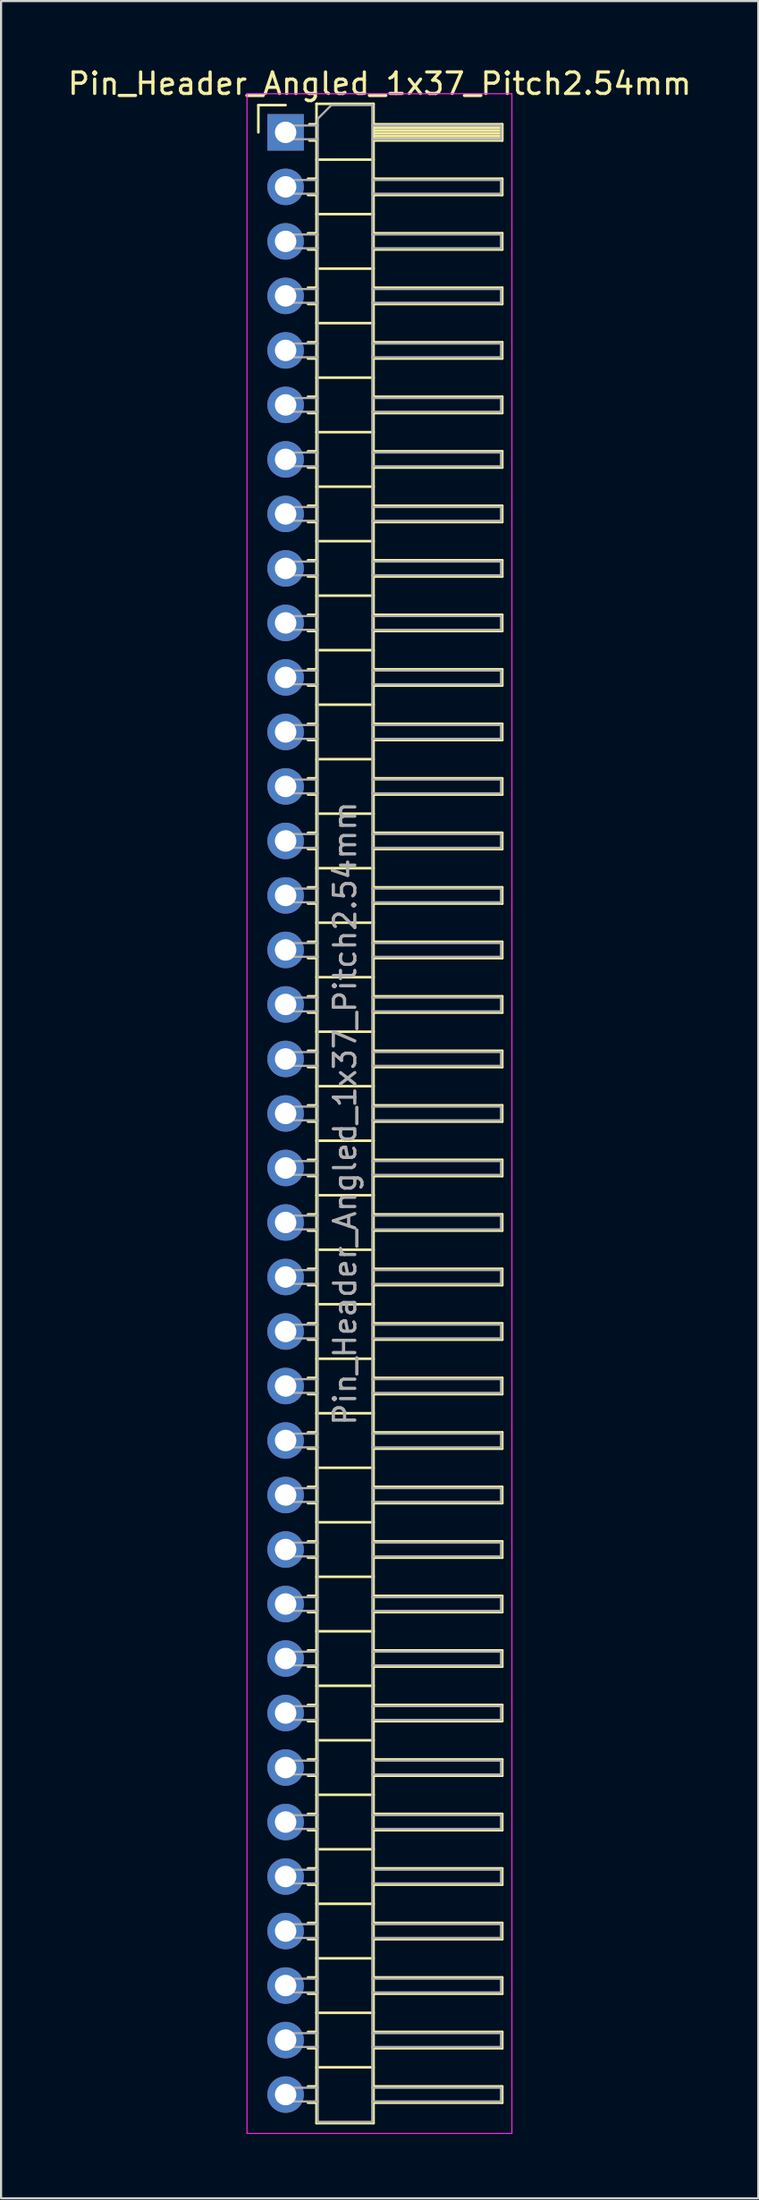
<source format=kicad_pcb>
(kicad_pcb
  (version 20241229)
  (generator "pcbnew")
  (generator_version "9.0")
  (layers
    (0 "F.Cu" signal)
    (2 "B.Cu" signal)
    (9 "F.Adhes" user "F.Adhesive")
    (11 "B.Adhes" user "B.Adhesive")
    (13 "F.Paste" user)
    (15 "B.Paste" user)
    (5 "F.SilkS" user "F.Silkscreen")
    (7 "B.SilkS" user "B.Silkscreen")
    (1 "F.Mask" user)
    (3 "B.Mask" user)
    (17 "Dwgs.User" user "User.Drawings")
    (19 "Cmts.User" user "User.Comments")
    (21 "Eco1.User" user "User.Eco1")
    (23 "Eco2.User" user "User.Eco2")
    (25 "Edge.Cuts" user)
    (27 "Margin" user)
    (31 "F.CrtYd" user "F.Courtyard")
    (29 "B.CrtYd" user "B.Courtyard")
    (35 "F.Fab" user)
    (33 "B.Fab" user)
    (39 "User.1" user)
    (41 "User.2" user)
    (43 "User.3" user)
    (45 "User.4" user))
  (footprint "Pin_Header_Angled_1x37_Pitch2.54mm"
    (layer "F.Cu")
    (at 10.264 3.118)
    (property "Reference" "Pin_Header_Angled_1x37_Pitch2.54mm" (at 4.385 -2.27 0) (layer "F.SilkS") (effects (font (size 1 1) (thickness 0.15))))
    (attr through_hole)
    (fp_line (start -1.27 -1.27) (end 0 -1.27) (stroke (width 0.12) (type solid)) (layer "F.SilkS"))
    (fp_line (start -1.27 0) (end -1.27 -1.27) (stroke (width 0.12) (type solid)) (layer "F.SilkS"))
    (fp_line (start 1.043 2.16) (end 1.44 2.16) (stroke (width 0.12) (type solid)) (layer "F.SilkS"))
    (fp_line (start 1.043 2.92) (end 1.44 2.92) (stroke (width 0.12) (type solid)) (layer "F.SilkS"))
    (fp_line (start 1.043 4.7) (end 1.44 4.7) (stroke (width 0.12) (type solid)) (layer "F.SilkS"))
    (fp_line (start 1.043 5.46) (end 1.44 5.46) (stroke (width 0.12) (type solid)) (layer "F.SilkS"))
    (fp_line (start 1.043 7.24) (end 1.44 7.24) (stroke (width 0.12) (type solid)) (layer "F.SilkS"))
    (fp_line (start 1.043 8) (end 1.44 8) (stroke (width 0.12) (type solid)) (layer "F.SilkS"))
    (fp_line (start 1.043 9.78) (end 1.44 9.78) (stroke (width 0.12) (type solid)) (layer "F.SilkS"))
    (fp_line (start 1.043 10.54) (end 1.44 10.54) (stroke (width 0.12) (type solid)) (layer "F.SilkS"))
    (fp_line (start 1.043 12.32) (end 1.44 12.32) (stroke (width 0.12) (type solid)) (layer "F.SilkS"))
    (fp_line (start 1.043 13.08) (end 1.44 13.08) (stroke (width 0.12) (type solid)) (layer "F.SilkS"))
    (fp_line (start 1.043 14.86) (end 1.44 14.86) (stroke (width 0.12) (type solid)) (layer "F.SilkS"))
    (fp_line (start 1.043 15.62) (end 1.44 15.62) (stroke (width 0.12) (type solid)) (layer "F.SilkS"))
    (fp_line (start 1.043 17.4) (end 1.44 17.4) (stroke (width 0.12) (type solid)) (layer "F.SilkS"))
    (fp_line (start 1.043 18.16) (end 1.44 18.16) (stroke (width 0.12) (type solid)) (layer "F.SilkS"))
    (fp_line (start 1.043 19.94) (end 1.44 19.94) (stroke (width 0.12) (type solid)) (layer "F.SilkS"))
    (fp_line (start 1.043 20.7) (end 1.44 20.7) (stroke (width 0.12) (type solid)) (layer "F.SilkS"))
    (fp_line (start 1.043 22.48) (end 1.44 22.48) (stroke (width 0.12) (type solid)) (layer "F.SilkS"))
    (fp_line (start 1.043 23.24) (end 1.44 23.24) (stroke (width 0.12) (type solid)) (layer "F.SilkS"))
    (fp_line (start 1.043 25.02) (end 1.44 25.02) (stroke (width 0.12) (type solid)) (layer "F.SilkS"))
    (fp_line (start 1.043 25.78) (end 1.44 25.78) (stroke (width 0.12) (type solid)) (layer "F.SilkS"))
    (fp_line (start 1.043 27.56) (end 1.44 27.56) (stroke (width 0.12) (type solid)) (layer "F.SilkS"))
    (fp_line (start 1.043 28.32) (end 1.44 28.32) (stroke (width 0.12) (type solid)) (layer "F.SilkS"))
    (fp_line (start 1.043 30.1) (end 1.44 30.1) (stroke (width 0.12) (type solid)) (layer "F.SilkS"))
    (fp_line (start 1.043 30.86) (end 1.44 30.86) (stroke (width 0.12) (type solid)) (layer "F.SilkS"))
    (fp_line (start 1.043 32.64) (end 1.44 32.64) (stroke (width 0.12) (type solid)) (layer "F.SilkS"))
    (fp_line (start 1.043 33.4) (end 1.44 33.4) (stroke (width 0.12) (type solid)) (layer "F.SilkS"))
    (fp_line (start 1.043 35.18) (end 1.44 35.18) (stroke (width 0.12) (type solid)) (layer "F.SilkS"))
    (fp_line (start 1.043 35.94) (end 1.44 35.94) (stroke (width 0.12) (type solid)) (layer "F.SilkS"))
    (fp_line (start 1.043 37.72) (end 1.44 37.72) (stroke (width 0.12) (type solid)) (layer "F.SilkS"))
    (fp_line (start 1.043 38.48) (end 1.44 38.48) (stroke (width 0.12) (type solid)) (layer "F.SilkS"))
    (fp_line (start 1.043 40.26) (end 1.44 40.26) (stroke (width 0.12) (type solid)) (layer "F.SilkS"))
    (fp_line (start 1.043 41.02) (end 1.44 41.02) (stroke (width 0.12) (type solid)) (layer "F.SilkS"))
    (fp_line (start 1.043 42.8) (end 1.44 42.8) (stroke (width 0.12) (type solid)) (layer "F.SilkS"))
    (fp_line (start 1.043 43.56) (end 1.44 43.56) (stroke (width 0.12) (type solid)) (layer "F.SilkS"))
    (fp_line (start 1.043 45.34) (end 1.44 45.34) (stroke (width 0.12) (type solid)) (layer "F.SilkS"))
    (fp_line (start 1.043 46.1) (end 1.44 46.1) (stroke (width 0.12) (type solid)) (layer "F.SilkS"))
    (fp_line (start 1.043 47.88) (end 1.44 47.88) (stroke (width 0.12) (type solid)) (layer "F.SilkS"))
    (fp_line (start 1.043 48.64) (end 1.44 48.64) (stroke (width 0.12) (type solid)) (layer "F.SilkS"))
    (fp_line (start 1.043 50.42) (end 1.44 50.42) (stroke (width 0.12) (type solid)) (layer "F.SilkS"))
    (fp_line (start 1.043 51.18) (end 1.44 51.18) (stroke (width 0.12) (type solid)) (layer "F.SilkS"))
    (fp_line (start 1.043 52.96) (end 1.44 52.96) (stroke (width 0.12) (type solid)) (layer "F.SilkS"))
    (fp_line (start 1.043 53.72) (end 1.44 53.72) (stroke (width 0.12) (type solid)) (layer "F.SilkS"))
    (fp_line (start 1.043 55.5) (end 1.44 55.5) (stroke (width 0.12) (type solid)) (layer "F.SilkS"))
    (fp_line (start 1.043 56.26) (end 1.44 56.26) (stroke (width 0.12) (type solid)) (layer "F.SilkS"))
    (fp_line (start 1.043 58.04) (end 1.44 58.04) (stroke (width 0.12) (type solid)) (layer "F.SilkS"))
    (fp_line (start 1.043 58.8) (end 1.44 58.8) (stroke (width 0.12) (type solid)) (layer "F.SilkS"))
    (fp_line (start 1.043 60.58) (end 1.44 60.58) (stroke (width 0.12) (type solid)) (layer "F.SilkS"))
    (fp_line (start 1.043 61.34) (end 1.44 61.34) (stroke (width 0.12) (type solid)) (layer "F.SilkS"))
    (fp_line (start 1.043 63.12) (end 1.44 63.12) (stroke (width 0.12) (type solid)) (layer "F.SilkS"))
    (fp_line (start 1.043 63.88) (end 1.44 63.88) (stroke (width 0.12) (type solid)) (layer "F.SilkS"))
    (fp_line (start 1.043 65.66) (end 1.44 65.66) (stroke (width 0.12) (type solid)) (layer "F.SilkS"))
    (fp_line (start 1.043 66.42) (end 1.44 66.42) (stroke (width 0.12) (type solid)) (layer "F.SilkS"))
    (fp_line (start 1.043 68.2) (end 1.44 68.2) (stroke (width 0.12) (type solid)) (layer "F.SilkS"))
    (fp_line (start 1.043 68.96) (end 1.44 68.96) (stroke (width 0.12) (type solid)) (layer "F.SilkS"))
    (fp_line (start 1.043 70.74) (end 1.44 70.74) (stroke (width 0.12) (type solid)) (layer "F.SilkS"))
    (fp_line (start 1.043 71.5) (end 1.44 71.5) (stroke (width 0.12) (type solid)) (layer "F.SilkS"))
    (fp_line (start 1.043 73.28) (end 1.44 73.28) (stroke (width 0.12) (type solid)) (layer "F.SilkS"))
    (fp_line (start 1.043 74.04) (end 1.44 74.04) (stroke (width 0.12) (type solid)) (layer "F.SilkS"))
    (fp_line (start 1.043 75.82) (end 1.44 75.82) (stroke (width 0.12) (type solid)) (layer "F.SilkS"))
    (fp_line (start 1.043 76.58) (end 1.44 76.58) (stroke (width 0.12) (type solid)) (layer "F.SilkS"))
    (fp_line (start 1.043 78.36) (end 1.44 78.36) (stroke (width 0.12) (type solid)) (layer "F.SilkS"))
    (fp_line (start 1.043 79.12) (end 1.44 79.12) (stroke (width 0.12) (type solid)) (layer "F.SilkS"))
    (fp_line (start 1.043 80.9) (end 1.44 80.9) (stroke (width 0.12) (type solid)) (layer "F.SilkS"))
    (fp_line (start 1.043 81.66) (end 1.44 81.66) (stroke (width 0.12) (type solid)) (layer "F.SilkS"))
    (fp_line (start 1.043 83.44) (end 1.44 83.44) (stroke (width 0.12) (type solid)) (layer "F.SilkS"))
    (fp_line (start 1.043 84.2) (end 1.44 84.2) (stroke (width 0.12) (type solid)) (layer "F.SilkS"))
    (fp_line (start 1.043 85.98) (end 1.44 85.98) (stroke (width 0.12) (type solid)) (layer "F.SilkS"))
    (fp_line (start 1.043 86.74) (end 1.44 86.74) (stroke (width 0.12) (type solid)) (layer "F.SilkS"))
    (fp_line (start 1.043 88.52) (end 1.44 88.52) (stroke (width 0.12) (type solid)) (layer "F.SilkS"))
    (fp_line (start 1.043 89.28) (end 1.44 89.28) (stroke (width 0.12) (type solid)) (layer "F.SilkS"))
    (fp_line (start 1.043 91.06) (end 1.44 91.06) (stroke (width 0.12) (type solid)) (layer "F.SilkS"))
    (fp_line (start 1.043 91.82) (end 1.44 91.82) (stroke (width 0.12) (type solid)) (layer "F.SilkS"))
    (fp_line (start 1.11 -0.38) (end 1.44 -0.38) (stroke (width 0.12) (type solid)) (layer "F.SilkS"))
    (fp_line (start 1.11 0.38) (end 1.44 0.38) (stroke (width 0.12) (type solid)) (layer "F.SilkS"))
    (fp_line (start 1.44 -1.33) (end 1.44 92.77) (stroke (width 0.12) (type solid)) (layer "F.SilkS"))
    (fp_line (start 1.44 1.27) (end 4.1 1.27) (stroke (width 0.12) (type solid)) (layer "F.SilkS"))
    (fp_line (start 1.44 3.81) (end 4.1 3.81) (stroke (width 0.12) (type solid)) (layer "F.SilkS"))
    (fp_line (start 1.44 6.35) (end 4.1 6.35) (stroke (width 0.12) (type solid)) (layer "F.SilkS"))
    (fp_line (start 1.44 8.89) (end 4.1 8.89) (stroke (width 0.12) (type solid)) (layer "F.SilkS"))
    (fp_line (start 1.44 11.43) (end 4.1 11.43) (stroke (width 0.12) (type solid)) (layer "F.SilkS"))
    (fp_line (start 1.44 13.97) (end 4.1 13.97) (stroke (width 0.12) (type solid)) (layer "F.SilkS"))
    (fp_line (start 1.44 16.51) (end 4.1 16.51) (stroke (width 0.12) (type solid)) (layer "F.SilkS"))
    (fp_line (start 1.44 19.05) (end 4.1 19.05) (stroke (width 0.12) (type solid)) (layer "F.SilkS"))
    (fp_line (start 1.44 21.59) (end 4.1 21.59) (stroke (width 0.12) (type solid)) (layer "F.SilkS"))
    (fp_line (start 1.44 24.13) (end 4.1 24.13) (stroke (width 0.12) (type solid)) (layer "F.SilkS"))
    (fp_line (start 1.44 26.67) (end 4.1 26.67) (stroke (width 0.12) (type solid)) (layer "F.SilkS"))
    (fp_line (start 1.44 29.21) (end 4.1 29.21) (stroke (width 0.12) (type solid)) (layer "F.SilkS"))
    (fp_line (start 1.44 31.75) (end 4.1 31.75) (stroke (width 0.12) (type solid)) (layer "F.SilkS"))
    (fp_line (start 1.44 34.29) (end 4.1 34.29) (stroke (width 0.12) (type solid)) (layer "F.SilkS"))
    (fp_line (start 1.44 36.83) (end 4.1 36.83) (stroke (width 0.12) (type solid)) (layer "F.SilkS"))
    (fp_line (start 1.44 39.37) (end 4.1 39.37) (stroke (width 0.12) (type solid)) (layer "F.SilkS"))
    (fp_line (start 1.44 41.91) (end 4.1 41.91) (stroke (width 0.12) (type solid)) (layer "F.SilkS"))
    (fp_line (start 1.44 44.45) (end 4.1 44.45) (stroke (width 0.12) (type solid)) (layer "F.SilkS"))
    (fp_line (start 1.44 46.99) (end 4.1 46.99) (stroke (width 0.12) (type solid)) (layer "F.SilkS"))
    (fp_line (start 1.44 49.53) (end 4.1 49.53) (stroke (width 0.12) (type solid)) (layer "F.SilkS"))
    (fp_line (start 1.44 52.07) (end 4.1 52.07) (stroke (width 0.12) (type solid)) (layer "F.SilkS"))
    (fp_line (start 1.44 54.61) (end 4.1 54.61) (stroke (width 0.12) (type solid)) (layer "F.SilkS"))
    (fp_line (start 1.44 57.15) (end 4.1 57.15) (stroke (width 0.12) (type solid)) (layer "F.SilkS"))
    (fp_line (start 1.44 59.69) (end 4.1 59.69) (stroke (width 0.12) (type solid)) (layer "F.SilkS"))
    (fp_line (start 1.44 62.23) (end 4.1 62.23) (stroke (width 0.12) (type solid)) (layer "F.SilkS"))
    (fp_line (start 1.44 64.77) (end 4.1 64.77) (stroke (width 0.12) (type solid)) (layer "F.SilkS"))
    (fp_line (start 1.44 67.31) (end 4.1 67.31) (stroke (width 0.12) (type solid)) (layer "F.SilkS"))
    (fp_line (start 1.44 69.85) (end 4.1 69.85) (stroke (width 0.12) (type solid)) (layer "F.SilkS"))
    (fp_line (start 1.44 72.39) (end 4.1 72.39) (stroke (width 0.12) (type solid)) (layer "F.SilkS"))
    (fp_line (start 1.44 74.93) (end 4.1 74.93) (stroke (width 0.12) (type solid)) (layer "F.SilkS"))
    (fp_line (start 1.44 77.47) (end 4.1 77.47) (stroke (width 0.12) (type solid)) (layer "F.SilkS"))
    (fp_line (start 1.44 80.01) (end 4.1 80.01) (stroke (width 0.12) (type solid)) (layer "F.SilkS"))
    (fp_line (start 1.44 82.55) (end 4.1 82.55) (stroke (width 0.12) (type solid)) (layer "F.SilkS"))
    (fp_line (start 1.44 85.09) (end 4.1 85.09) (stroke (width 0.12) (type solid)) (layer "F.SilkS"))
    (fp_line (start 1.44 87.63) (end 4.1 87.63) (stroke (width 0.12) (type solid)) (layer "F.SilkS"))
    (fp_line (start 1.44 90.17) (end 4.1 90.17) (stroke (width 0.12) (type solid)) (layer "F.SilkS"))
    (fp_line (start 1.44 92.77) (end 4.1 92.77) (stroke (width 0.12) (type solid)) (layer "F.SilkS"))
    (fp_line (start 4.1 -1.33) (end 1.44 -1.33) (stroke (width 0.12) (type solid)) (layer "F.SilkS"))
    (fp_line (start 4.1 -0.38) (end 10.1 -0.38) (stroke (width 0.12) (type solid)) (layer "F.SilkS"))
    (fp_line (start 4.1 -0.32) (end 10.1 -0.32) (stroke (width 0.12) (type solid)) (layer "F.SilkS"))
    (fp_line (start 4.1 -0.2) (end 10.1 -0.2) (stroke (width 0.12) (type solid)) (layer "F.SilkS"))
    (fp_line (start 4.1 -0.08) (end 10.1 -0.08) (stroke (width 0.12) (type solid)) (layer "F.SilkS"))
    (fp_line (start 4.1 0.04) (end 10.1 0.04) (stroke (width 0.12) (type solid)) (layer "F.SilkS"))
    (fp_line (start 4.1 0.16) (end 10.1 0.16) (stroke (width 0.12) (type solid)) (layer "F.SilkS"))
    (fp_line (start 4.1 0.28) (end 10.1 0.28) (stroke (width 0.12) (type solid)) (layer "F.SilkS"))
    (fp_line (start 4.1 2.16) (end 10.1 2.16) (stroke (width 0.12) (type solid)) (layer "F.SilkS"))
    (fp_line (start 4.1 4.7) (end 10.1 4.7) (stroke (width 0.12) (type solid)) (layer "F.SilkS"))
    (fp_line (start 4.1 7.24) (end 10.1 7.24) (stroke (width 0.12) (type solid)) (layer "F.SilkS"))
    (fp_line (start 4.1 9.78) (end 10.1 9.78) (stroke (width 0.12) (type solid)) (layer "F.SilkS"))
    (fp_line (start 4.1 12.32) (end 10.1 12.32) (stroke (width 0.12) (type solid)) (layer "F.SilkS"))
    (fp_line (start 4.1 14.86) (end 10.1 14.86) (stroke (width 0.12) (type solid)) (layer "F.SilkS"))
    (fp_line (start 4.1 17.4) (end 10.1 17.4) (stroke (width 0.12) (type solid)) (layer "F.SilkS"))
    (fp_line (start 4.1 19.94) (end 10.1 19.94) (stroke (width 0.12) (type solid)) (layer "F.SilkS"))
    (fp_line (start 4.1 22.48) (end 10.1 22.48) (stroke (width 0.12) (type solid)) (layer "F.SilkS"))
    (fp_line (start 4.1 25.02) (end 10.1 25.02) (stroke (width 0.12) (type solid)) (layer "F.SilkS"))
    (fp_line (start 4.1 27.56) (end 10.1 27.56) (stroke (width 0.12) (type solid)) (layer "F.SilkS"))
    (fp_line (start 4.1 30.1) (end 10.1 30.1) (stroke (width 0.12) (type solid)) (layer "F.SilkS"))
    (fp_line (start 4.1 32.64) (end 10.1 32.64) (stroke (width 0.12) (type solid)) (layer "F.SilkS"))
    (fp_line (start 4.1 35.18) (end 10.1 35.18) (stroke (width 0.12) (type solid)) (layer "F.SilkS"))
    (fp_line (start 4.1 37.72) (end 10.1 37.72) (stroke (width 0.12) (type solid)) (layer "F.SilkS"))
    (fp_line (start 4.1 40.26) (end 10.1 40.26) (stroke (width 0.12) (type solid)) (layer "F.SilkS"))
    (fp_line (start 4.1 42.8) (end 10.1 42.8) (stroke (width 0.12) (type solid)) (layer "F.SilkS"))
    (fp_line (start 4.1 45.34) (end 10.1 45.34) (stroke (width 0.12) (type solid)) (layer "F.SilkS"))
    (fp_line (start 4.1 47.88) (end 10.1 47.88) (stroke (width 0.12) (type solid)) (layer "F.SilkS"))
    (fp_line (start 4.1 50.42) (end 10.1 50.42) (stroke (width 0.12) (type solid)) (layer "F.SilkS"))
    (fp_line (start 4.1 52.96) (end 10.1 52.96) (stroke (width 0.12) (type solid)) (layer "F.SilkS"))
    (fp_line (start 4.1 55.5) (end 10.1 55.5) (stroke (width 0.12) (type solid)) (layer "F.SilkS"))
    (fp_line (start 4.1 58.04) (end 10.1 58.04) (stroke (width 0.12) (type solid)) (layer "F.SilkS"))
    (fp_line (start 4.1 60.58) (end 10.1 60.58) (stroke (width 0.12) (type solid)) (layer "F.SilkS"))
    (fp_line (start 4.1 63.12) (end 10.1 63.12) (stroke (width 0.12) (type solid)) (layer "F.SilkS"))
    (fp_line (start 4.1 65.66) (end 10.1 65.66) (stroke (width 0.12) (type solid)) (layer "F.SilkS"))
    (fp_line (start 4.1 68.2) (end 10.1 68.2) (stroke (width 0.12) (type solid)) (layer "F.SilkS"))
    (fp_line (start 4.1 70.74) (end 10.1 70.74) (stroke (width 0.12) (type solid)) (layer "F.SilkS"))
    (fp_line (start 4.1 73.28) (end 10.1 73.28) (stroke (width 0.12) (type solid)) (layer "F.SilkS"))
    (fp_line (start 4.1 75.82) (end 10.1 75.82) (stroke (width 0.12) (type solid)) (layer "F.SilkS"))
    (fp_line (start 4.1 78.36) (end 10.1 78.36) (stroke (width 0.12) (type solid)) (layer "F.SilkS"))
    (fp_line (start 4.1 80.9) (end 10.1 80.9) (stroke (width 0.12) (type solid)) (layer "F.SilkS"))
    (fp_line (start 4.1 83.44) (end 10.1 83.44) (stroke (width 0.12) (type solid)) (layer "F.SilkS"))
    (fp_line (start 4.1 85.98) (end 10.1 85.98) (stroke (width 0.12) (type solid)) (layer "F.SilkS"))
    (fp_line (start 4.1 88.52) (end 10.1 88.52) (stroke (width 0.12) (type solid)) (layer "F.SilkS"))
    (fp_line (start 4.1 91.06) (end 10.1 91.06) (stroke (width 0.12) (type solid)) (layer "F.SilkS"))
    (fp_line (start 4.1 92.77) (end 4.1 -1.33) (stroke (width 0.12) (type solid)) (layer "F.SilkS"))
    (fp_line (start 10.1 -0.38) (end 10.1 0.38) (stroke (width 0.12) (type solid)) (layer "F.SilkS"))
    (fp_line (start 10.1 0.38) (end 4.1 0.38) (stroke (width 0.12) (type solid)) (layer "F.SilkS"))
    (fp_line (start 10.1 2.16) (end 10.1 2.92) (stroke (width 0.12) (type solid)) (layer "F.SilkS"))
    (fp_line (start 10.1 2.92) (end 4.1 2.92) (stroke (width 0.12) (type solid)) (layer "F.SilkS"))
    (fp_line (start 10.1 4.7) (end 10.1 5.46) (stroke (width 0.12) (type solid)) (layer "F.SilkS"))
    (fp_line (start 10.1 5.46) (end 4.1 5.46) (stroke (width 0.12) (type solid)) (layer "F.SilkS"))
    (fp_line (start 10.1 7.24) (end 10.1 8) (stroke (width 0.12) (type solid)) (layer "F.SilkS"))
    (fp_line (start 10.1 8) (end 4.1 8) (stroke (width 0.12) (type solid)) (layer "F.SilkS"))
    (fp_line (start 10.1 9.78) (end 10.1 10.54) (stroke (width 0.12) (type solid)) (layer "F.SilkS"))
    (fp_line (start 10.1 10.54) (end 4.1 10.54) (stroke (width 0.12) (type solid)) (layer "F.SilkS"))
    (fp_line (start 10.1 12.32) (end 10.1 13.08) (stroke (width 0.12) (type solid)) (layer "F.SilkS"))
    (fp_line (start 10.1 13.08) (end 4.1 13.08) (stroke (width 0.12) (type solid)) (layer "F.SilkS"))
    (fp_line (start 10.1 14.86) (end 10.1 15.62) (stroke (width 0.12) (type solid)) (layer "F.SilkS"))
    (fp_line (start 10.1 15.62) (end 4.1 15.62) (stroke (width 0.12) (type solid)) (layer "F.SilkS"))
    (fp_line (start 10.1 17.4) (end 10.1 18.16) (stroke (width 0.12) (type solid)) (layer "F.SilkS"))
    (fp_line (start 10.1 18.16) (end 4.1 18.16) (stroke (width 0.12) (type solid)) (layer "F.SilkS"))
    (fp_line (start 10.1 19.94) (end 10.1 20.7) (stroke (width 0.12) (type solid)) (layer "F.SilkS"))
    (fp_line (start 10.1 20.7) (end 4.1 20.7) (stroke (width 0.12) (type solid)) (layer "F.SilkS"))
    (fp_line (start 10.1 22.48) (end 10.1 23.24) (stroke (width 0.12) (type solid)) (layer "F.SilkS"))
    (fp_line (start 10.1 23.24) (end 4.1 23.24) (stroke (width 0.12) (type solid)) (layer "F.SilkS"))
    (fp_line (start 10.1 25.02) (end 10.1 25.78) (stroke (width 0.12) (type solid)) (layer "F.SilkS"))
    (fp_line (start 10.1 25.78) (end 4.1 25.78) (stroke (width 0.12) (type solid)) (layer "F.SilkS"))
    (fp_line (start 10.1 27.56) (end 10.1 28.32) (stroke (width 0.12) (type solid)) (layer "F.SilkS"))
    (fp_line (start 10.1 28.32) (end 4.1 28.32) (stroke (width 0.12) (type solid)) (layer "F.SilkS"))
    (fp_line (start 10.1 30.1) (end 10.1 30.86) (stroke (width 0.12) (type solid)) (layer "F.SilkS"))
    (fp_line (start 10.1 30.86) (end 4.1 30.86) (stroke (width 0.12) (type solid)) (layer "F.SilkS"))
    (fp_line (start 10.1 32.64) (end 10.1 33.4) (stroke (width 0.12) (type solid)) (layer "F.SilkS"))
    (fp_line (start 10.1 33.4) (end 4.1 33.4) (stroke (width 0.12) (type solid)) (layer "F.SilkS"))
    (fp_line (start 10.1 35.18) (end 10.1 35.94) (stroke (width 0.12) (type solid)) (layer "F.SilkS"))
    (fp_line (start 10.1 35.94) (end 4.1 35.94) (stroke (width 0.12) (type solid)) (layer "F.SilkS"))
    (fp_line (start 10.1 37.72) (end 10.1 38.48) (stroke (width 0.12) (type solid)) (layer "F.SilkS"))
    (fp_line (start 10.1 38.48) (end 4.1 38.48) (stroke (width 0.12) (type solid)) (layer "F.SilkS"))
    (fp_line (start 10.1 40.26) (end 10.1 41.02) (stroke (width 0.12) (type solid)) (layer "F.SilkS"))
    (fp_line (start 10.1 41.02) (end 4.1 41.02) (stroke (width 0.12) (type solid)) (layer "F.SilkS"))
    (fp_line (start 10.1 42.8) (end 10.1 43.56) (stroke (width 0.12) (type solid)) (layer "F.SilkS"))
    (fp_line (start 10.1 43.56) (end 4.1 43.56) (stroke (width 0.12) (type solid)) (layer "F.SilkS"))
    (fp_line (start 10.1 45.34) (end 10.1 46.1) (stroke (width 0.12) (type solid)) (layer "F.SilkS"))
    (fp_line (start 10.1 46.1) (end 4.1 46.1) (stroke (width 0.12) (type solid)) (layer "F.SilkS"))
    (fp_line (start 10.1 47.88) (end 10.1 48.64) (stroke (width 0.12) (type solid)) (layer "F.SilkS"))
    (fp_line (start 10.1 48.64) (end 4.1 48.64) (stroke (width 0.12) (type solid)) (layer "F.SilkS"))
    (fp_line (start 10.1 50.42) (end 10.1 51.18) (stroke (width 0.12) (type solid)) (layer "F.SilkS"))
    (fp_line (start 10.1 51.18) (end 4.1 51.18) (stroke (width 0.12) (type solid)) (layer "F.SilkS"))
    (fp_line (start 10.1 52.96) (end 10.1 53.72) (stroke (width 0.12) (type solid)) (layer "F.SilkS"))
    (fp_line (start 10.1 53.72) (end 4.1 53.72) (stroke (width 0.12) (type solid)) (layer "F.SilkS"))
    (fp_line (start 10.1 55.5) (end 10.1 56.26) (stroke (width 0.12) (type solid)) (layer "F.SilkS"))
    (fp_line (start 10.1 56.26) (end 4.1 56.26) (stroke (width 0.12) (type solid)) (layer "F.SilkS"))
    (fp_line (start 10.1 58.04) (end 10.1 58.8) (stroke (width 0.12) (type solid)) (layer "F.SilkS"))
    (fp_line (start 10.1 58.8) (end 4.1 58.8) (stroke (width 0.12) (type solid)) (layer "F.SilkS"))
    (fp_line (start 10.1 60.58) (end 10.1 61.34) (stroke (width 0.12) (type solid)) (layer "F.SilkS"))
    (fp_line (start 10.1 61.34) (end 4.1 61.34) (stroke (width 0.12) (type solid)) (layer "F.SilkS"))
    (fp_line (start 10.1 63.12) (end 10.1 63.88) (stroke (width 0.12) (type solid)) (layer "F.SilkS"))
    (fp_line (start 10.1 63.88) (end 4.1 63.88) (stroke (width 0.12) (type solid)) (layer "F.SilkS"))
    (fp_line (start 10.1 65.66) (end 10.1 66.42) (stroke (width 0.12) (type solid)) (layer "F.SilkS"))
    (fp_line (start 10.1 66.42) (end 4.1 66.42) (stroke (width 0.12) (type solid)) (layer "F.SilkS"))
    (fp_line (start 10.1 68.2) (end 10.1 68.96) (stroke (width 0.12) (type solid)) (layer "F.SilkS"))
    (fp_line (start 10.1 68.96) (end 4.1 68.96) (stroke (width 0.12) (type solid)) (layer "F.SilkS"))
    (fp_line (start 10.1 70.74) (end 10.1 71.5) (stroke (width 0.12) (type solid)) (layer "F.SilkS"))
    (fp_line (start 10.1 71.5) (end 4.1 71.5) (stroke (width 0.12) (type solid)) (layer "F.SilkS"))
    (fp_line (start 10.1 73.28) (end 10.1 74.04) (stroke (width 0.12) (type solid)) (layer "F.SilkS"))
    (fp_line (start 10.1 74.04) (end 4.1 74.04) (stroke (width 0.12) (type solid)) (layer "F.SilkS"))
    (fp_line (start 10.1 75.82) (end 10.1 76.58) (stroke (width 0.12) (type solid)) (layer "F.SilkS"))
    (fp_line (start 10.1 76.58) (end 4.1 76.58) (stroke (width 0.12) (type solid)) (layer "F.SilkS"))
    (fp_line (start 10.1 78.36) (end 10.1 79.12) (stroke (width 0.12) (type solid)) (layer "F.SilkS"))
    (fp_line (start 10.1 79.12) (end 4.1 79.12) (stroke (width 0.12) (type solid)) (layer "F.SilkS"))
    (fp_line (start 10.1 80.9) (end 10.1 81.66) (stroke (width 0.12) (type solid)) (layer "F.SilkS"))
    (fp_line (start 10.1 81.66) (end 4.1 81.66) (stroke (width 0.12) (type solid)) (layer "F.SilkS"))
    (fp_line (start 10.1 83.44) (end 10.1 84.2) (stroke (width 0.12) (type solid)) (layer "F.SilkS"))
    (fp_line (start 10.1 84.2) (end 4.1 84.2) (stroke (width 0.12) (type solid)) (layer "F.SilkS"))
    (fp_line (start 10.1 85.98) (end 10.1 86.74) (stroke (width 0.12) (type solid)) (layer "F.SilkS"))
    (fp_line (start 10.1 86.74) (end 4.1 86.74) (stroke (width 0.12) (type solid)) (layer "F.SilkS"))
    (fp_line (start 10.1 88.52) (end 10.1 89.28) (stroke (width 0.12) (type solid)) (layer "F.SilkS"))
    (fp_line (start 10.1 89.28) (end 4.1 89.28) (stroke (width 0.12) (type solid)) (layer "F.SilkS"))
    (fp_line (start 10.1 91.06) (end 10.1 91.82) (stroke (width 0.12) (type solid)) (layer "F.SilkS"))
    (fp_line (start 10.1 91.82) (end 4.1 91.82) (stroke (width 0.12) (type solid)) (layer "F.SilkS"))
    (fp_line (start -1.8 -1.8) (end -1.8 93.25) (stroke (width 0.05) (type solid)) (layer "F.CrtYd"))
    (fp_line (start -1.8 93.25) (end 10.55 93.25) (stroke (width 0.05) (type solid)) (layer "F.CrtYd"))
    (fp_line (start 10.55 -1.8) (end -1.8 -1.8) (stroke (width 0.05) (type solid)) (layer "F.CrtYd"))
    (fp_line (start 10.55 93.25) (end 10.55 -1.8) (stroke (width 0.05) (type solid)) (layer "F.CrtYd"))
    (fp_line (start -0.32 -0.32) (end -0.32 0.32) (stroke (width 0.1) (type solid)) (layer "F.Fab"))
    (fp_line (start -0.32 -0.32) (end 1.5 -0.32) (stroke (width 0.1) (type solid)) (layer "F.Fab"))
    (fp_line (start -0.32 0.32) (end 1.5 0.32) (stroke (width 0.1) (type solid)) (layer "F.Fab"))
    (fp_line (start -0.32 2.22) (end -0.32 2.86) (stroke (width 0.1) (type solid)) (layer "F.Fab"))
    (fp_line (start -0.32 2.22) (end 1.5 2.22) (stroke (width 0.1) (type solid)) (layer "F.Fab"))
    (fp_line (start -0.32 2.86) (end 1.5 2.86) (stroke (width 0.1) (type solid)) (layer "F.Fab"))
    (fp_line (start -0.32 4.76) (end -0.32 5.4) (stroke (width 0.1) (type solid)) (layer "F.Fab"))
    (fp_line (start -0.32 4.76) (end 1.5 4.76) (stroke (width 0.1) (type solid)) (layer "F.Fab"))
    (fp_line (start -0.32 5.4) (end 1.5 5.4) (stroke (width 0.1) (type solid)) (layer "F.Fab"))
    (fp_line (start -0.32 7.3) (end -0.32 7.94) (stroke (width 0.1) (type solid)) (layer "F.Fab"))
    (fp_line (start -0.32 7.3) (end 1.5 7.3) (stroke (width 0.1) (type solid)) (layer "F.Fab"))
    (fp_line (start -0.32 7.94) (end 1.5 7.94) (stroke (width 0.1) (type solid)) (layer "F.Fab"))
    (fp_line (start -0.32 9.84) (end -0.32 10.48) (stroke (width 0.1) (type solid)) (layer "F.Fab"))
    (fp_line (start -0.32 9.84) (end 1.5 9.84) (stroke (width 0.1) (type solid)) (layer "F.Fab"))
    (fp_line (start -0.32 10.48) (end 1.5 10.48) (stroke (width 0.1) (type solid)) (layer "F.Fab"))
    (fp_line (start -0.32 12.38) (end -0.32 13.02) (stroke (width 0.1) (type solid)) (layer "F.Fab"))
    (fp_line (start -0.32 12.38) (end 1.5 12.38) (stroke (width 0.1) (type solid)) (layer "F.Fab"))
    (fp_line (start -0.32 13.02) (end 1.5 13.02) (stroke (width 0.1) (type solid)) (layer "F.Fab"))
    (fp_line (start -0.32 14.92) (end -0.32 15.56) (stroke (width 0.1) (type solid)) (layer "F.Fab"))
    (fp_line (start -0.32 14.92) (end 1.5 14.92) (stroke (width 0.1) (type solid)) (layer "F.Fab"))
    (fp_line (start -0.32 15.56) (end 1.5 15.56) (stroke (width 0.1) (type solid)) (layer "F.Fab"))
    (fp_line (start -0.32 17.46) (end -0.32 18.1) (stroke (width 0.1) (type solid)) (layer "F.Fab"))
    (fp_line (start -0.32 17.46) (end 1.5 17.46) (stroke (width 0.1) (type solid)) (layer "F.Fab"))
    (fp_line (start -0.32 18.1) (end 1.5 18.1) (stroke (width 0.1) (type solid)) (layer "F.Fab"))
    (fp_line (start -0.32 20) (end -0.32 20.64) (stroke (width 0.1) (type solid)) (layer "F.Fab"))
    (fp_line (start -0.32 20) (end 1.5 20) (stroke (width 0.1) (type solid)) (layer "F.Fab"))
    (fp_line (start -0.32 20.64) (end 1.5 20.64) (stroke (width 0.1) (type solid)) (layer "F.Fab"))
    (fp_line (start -0.32 22.54) (end -0.32 23.18) (stroke (width 0.1) (type solid)) (layer "F.Fab"))
    (fp_line (start -0.32 22.54) (end 1.5 22.54) (stroke (width 0.1) (type solid)) (layer "F.Fab"))
    (fp_line (start -0.32 23.18) (end 1.5 23.18) (stroke (width 0.1) (type solid)) (layer "F.Fab"))
    (fp_line (start -0.32 25.08) (end -0.32 25.72) (stroke (width 0.1) (type solid)) (layer "F.Fab"))
    (fp_line (start -0.32 25.08) (end 1.5 25.08) (stroke (width 0.1) (type solid)) (layer "F.Fab"))
    (fp_line (start -0.32 25.72) (end 1.5 25.72) (stroke (width 0.1) (type solid)) (layer "F.Fab"))
    (fp_line (start -0.32 27.62) (end -0.32 28.26) (stroke (width 0.1) (type solid)) (layer "F.Fab"))
    (fp_line (start -0.32 27.62) (end 1.5 27.62) (stroke (width 0.1) (type solid)) (layer "F.Fab"))
    (fp_line (start -0.32 28.26) (end 1.5 28.26) (stroke (width 0.1) (type solid)) (layer "F.Fab"))
    (fp_line (start -0.32 30.16) (end -0.32 30.8) (stroke (width 0.1) (type solid)) (layer "F.Fab"))
    (fp_line (start -0.32 30.16) (end 1.5 30.16) (stroke (width 0.1) (type solid)) (layer "F.Fab"))
    (fp_line (start -0.32 30.8) (end 1.5 30.8) (stroke (width 0.1) (type solid)) (layer "F.Fab"))
    (fp_line (start -0.32 32.7) (end -0.32 33.34) (stroke (width 0.1) (type solid)) (layer "F.Fab"))
    (fp_line (start -0.32 32.7) (end 1.5 32.7) (stroke (width 0.1) (type solid)) (layer "F.Fab"))
    (fp_line (start -0.32 33.34) (end 1.5 33.34) (stroke (width 0.1) (type solid)) (layer "F.Fab"))
    (fp_line (start -0.32 35.24) (end -0.32 35.88) (stroke (width 0.1) (type solid)) (layer "F.Fab"))
    (fp_line (start -0.32 35.24) (end 1.5 35.24) (stroke (width 0.1) (type solid)) (layer "F.Fab"))
    (fp_line (start -0.32 35.88) (end 1.5 35.88) (stroke (width 0.1) (type solid)) (layer "F.Fab"))
    (fp_line (start -0.32 37.78) (end -0.32 38.42) (stroke (width 0.1) (type solid)) (layer "F.Fab"))
    (fp_line (start -0.32 37.78) (end 1.5 37.78) (stroke (width 0.1) (type solid)) (layer "F.Fab"))
    (fp_line (start -0.32 38.42) (end 1.5 38.42) (stroke (width 0.1) (type solid)) (layer "F.Fab"))
    (fp_line (start -0.32 40.32) (end -0.32 40.96) (stroke (width 0.1) (type solid)) (layer "F.Fab"))
    (fp_line (start -0.32 40.32) (end 1.5 40.32) (stroke (width 0.1) (type solid)) (layer "F.Fab"))
    (fp_line (start -0.32 40.96) (end 1.5 40.96) (stroke (width 0.1) (type solid)) (layer "F.Fab"))
    (fp_line (start -0.32 42.86) (end -0.32 43.5) (stroke (width 0.1) (type solid)) (layer "F.Fab"))
    (fp_line (start -0.32 42.86) (end 1.5 42.86) (stroke (width 0.1) (type solid)) (layer "F.Fab"))
    (fp_line (start -0.32 43.5) (end 1.5 43.5) (stroke (width 0.1) (type solid)) (layer "F.Fab"))
    (fp_line (start -0.32 45.4) (end -0.32 46.04) (stroke (width 0.1) (type solid)) (layer "F.Fab"))
    (fp_line (start -0.32 45.4) (end 1.5 45.4) (stroke (width 0.1) (type solid)) (layer "F.Fab"))
    (fp_line (start -0.32 46.04) (end 1.5 46.04) (stroke (width 0.1) (type solid)) (layer "F.Fab"))
    (fp_line (start -0.32 47.94) (end -0.32 48.58) (stroke (width 0.1) (type solid)) (layer "F.Fab"))
    (fp_line (start -0.32 47.94) (end 1.5 47.94) (stroke (width 0.1) (type solid)) (layer "F.Fab"))
    (fp_line (start -0.32 48.58) (end 1.5 48.58) (stroke (width 0.1) (type solid)) (layer "F.Fab"))
    (fp_line (start -0.32 50.48) (end -0.32 51.12) (stroke (width 0.1) (type solid)) (layer "F.Fab"))
    (fp_line (start -0.32 50.48) (end 1.5 50.48) (stroke (width 0.1) (type solid)) (layer "F.Fab"))
    (fp_line (start -0.32 51.12) (end 1.5 51.12) (stroke (width 0.1) (type solid)) (layer "F.Fab"))
    (fp_line (start -0.32 53.02) (end -0.32 53.66) (stroke (width 0.1) (type solid)) (layer "F.Fab"))
    (fp_line (start -0.32 53.02) (end 1.5 53.02) (stroke (width 0.1) (type solid)) (layer "F.Fab"))
    (fp_line (start -0.32 53.66) (end 1.5 53.66) (stroke (width 0.1) (type solid)) (layer "F.Fab"))
    (fp_line (start -0.32 55.56) (end -0.32 56.2) (stroke (width 0.1) (type solid)) (layer "F.Fab"))
    (fp_line (start -0.32 55.56) (end 1.5 55.56) (stroke (width 0.1) (type solid)) (layer "F.Fab"))
    (fp_line (start -0.32 56.2) (end 1.5 56.2) (stroke (width 0.1) (type solid)) (layer "F.Fab"))
    (fp_line (start -0.32 58.1) (end -0.32 58.74) (stroke (width 0.1) (type solid)) (layer "F.Fab"))
    (fp_line (start -0.32 58.1) (end 1.5 58.1) (stroke (width 0.1) (type solid)) (layer "F.Fab"))
    (fp_line (start -0.32 58.74) (end 1.5 58.74) (stroke (width 0.1) (type solid)) (layer "F.Fab"))
    (fp_line (start -0.32 60.64) (end -0.32 61.28) (stroke (width 0.1) (type solid)) (layer "F.Fab"))
    (fp_line (start -0.32 60.64) (end 1.5 60.64) (stroke (width 0.1) (type solid)) (layer "F.Fab"))
    (fp_line (start -0.32 61.28) (end 1.5 61.28) (stroke (width 0.1) (type solid)) (layer "F.Fab"))
    (fp_line (start -0.32 63.18) (end -0.32 63.82) (stroke (width 0.1) (type solid)) (layer "F.Fab"))
    (fp_line (start -0.32 63.18) (end 1.5 63.18) (stroke (width 0.1) (type solid)) (layer "F.Fab"))
    (fp_line (start -0.32 63.82) (end 1.5 63.82) (stroke (width 0.1) (type solid)) (layer "F.Fab"))
    (fp_line (start -0.32 65.72) (end -0.32 66.36) (stroke (width 0.1) (type solid)) (layer "F.Fab"))
    (fp_line (start -0.32 65.72) (end 1.5 65.72) (stroke (width 0.1) (type solid)) (layer "F.Fab"))
    (fp_line (start -0.32 66.36) (end 1.5 66.36) (stroke (width 0.1) (type solid)) (layer "F.Fab"))
    (fp_line (start -0.32 68.26) (end -0.32 68.9) (stroke (width 0.1) (type solid)) (layer "F.Fab"))
    (fp_line (start -0.32 68.26) (end 1.5 68.26) (stroke (width 0.1) (type solid)) (layer "F.Fab"))
    (fp_line (start -0.32 68.9) (end 1.5 68.9) (stroke (width 0.1) (type solid)) (layer "F.Fab"))
    (fp_line (start -0.32 70.8) (end -0.32 71.44) (stroke (width 0.1) (type solid)) (layer "F.Fab"))
    (fp_line (start -0.32 70.8) (end 1.5 70.8) (stroke (width 0.1) (type solid)) (layer "F.Fab"))
    (fp_line (start -0.32 71.44) (end 1.5 71.44) (stroke (width 0.1) (type solid)) (layer "F.Fab"))
    (fp_line (start -0.32 73.34) (end -0.32 73.98) (stroke (width 0.1) (type solid)) (layer "F.Fab"))
    (fp_line (start -0.32 73.34) (end 1.5 73.34) (stroke (width 0.1) (type solid)) (layer "F.Fab"))
    (fp_line (start -0.32 73.98) (end 1.5 73.98) (stroke (width 0.1) (type solid)) (layer "F.Fab"))
    (fp_line (start -0.32 75.88) (end -0.32 76.52) (stroke (width 0.1) (type solid)) (layer "F.Fab"))
    (fp_line (start -0.32 75.88) (end 1.5 75.88) (stroke (width 0.1) (type solid)) (layer "F.Fab"))
    (fp_line (start -0.32 76.52) (end 1.5 76.52) (stroke (width 0.1) (type solid)) (layer "F.Fab"))
    (fp_line (start -0.32 78.42) (end -0.32 79.06) (stroke (width 0.1) (type solid)) (layer "F.Fab"))
    (fp_line (start -0.32 78.42) (end 1.5 78.42) (stroke (width 0.1) (type solid)) (layer "F.Fab"))
    (fp_line (start -0.32 79.06) (end 1.5 79.06) (stroke (width 0.1) (type solid)) (layer "F.Fab"))
    (fp_line (start -0.32 80.96) (end -0.32 81.6) (stroke (width 0.1) (type solid)) (layer "F.Fab"))
    (fp_line (start -0.32 80.96) (end 1.5 80.96) (stroke (width 0.1) (type solid)) (layer "F.Fab"))
    (fp_line (start -0.32 81.6) (end 1.5 81.6) (stroke (width 0.1) (type solid)) (layer "F.Fab"))
    (fp_line (start -0.32 83.5) (end -0.32 84.14) (stroke (width 0.1) (type solid)) (layer "F.Fab"))
    (fp_line (start -0.32 83.5) (end 1.5 83.5) (stroke (width 0.1) (type solid)) (layer "F.Fab"))
    (fp_line (start -0.32 84.14) (end 1.5 84.14) (stroke (width 0.1) (type solid)) (layer "F.Fab"))
    (fp_line (start -0.32 86.04) (end -0.32 86.68) (stroke (width 0.1) (type solid)) (layer "F.Fab"))
    (fp_line (start -0.32 86.04) (end 1.5 86.04) (stroke (width 0.1) (type solid)) (layer "F.Fab"))
    (fp_line (start -0.32 86.68) (end 1.5 86.68) (stroke (width 0.1) (type solid)) (layer "F.Fab"))
    (fp_line (start -0.32 88.58) (end -0.32 89.22) (stroke (width 0.1) (type solid)) (layer "F.Fab"))
    (fp_line (start -0.32 88.58) (end 1.5 88.58) (stroke (width 0.1) (type solid)) (layer "F.Fab"))
    (fp_line (start -0.32 89.22) (end 1.5 89.22) (stroke (width 0.1) (type solid)) (layer "F.Fab"))
    (fp_line (start -0.32 91.12) (end -0.32 91.76) (stroke (width 0.1) (type solid)) (layer "F.Fab"))
    (fp_line (start -0.32 91.12) (end 1.5 91.12) (stroke (width 0.1) (type solid)) (layer "F.Fab"))
    (fp_line (start -0.32 91.76) (end 1.5 91.76) (stroke (width 0.1) (type solid)) (layer "F.Fab"))
    (fp_line (start 1.5 -0.635) (end 2.135 -1.27) (stroke (width 0.1) (type solid)) (layer "F.Fab"))
    (fp_line (start 1.5 92.71) (end 1.5 -0.635) (stroke (width 0.1) (type solid)) (layer "F.Fab"))
    (fp_line (start 2.135 -1.27) (end 4.04 -1.27) (stroke (width 0.1) (type solid)) (layer "F.Fab"))
    (fp_line (start 4.04 -1.27) (end 4.04 92.71) (stroke (width 0.1) (type solid)) (layer "F.Fab"))
    (fp_line (start 4.04 -0.32) (end 10.04 -0.32) (stroke (width 0.1) (type solid)) (layer "F.Fab"))
    (fp_line (start 4.04 0.32) (end 10.04 0.32) (stroke (width 0.1) (type solid)) (layer "F.Fab"))
    (fp_line (start 4.04 2.22) (end 10.04 2.22) (stroke (width 0.1) (type solid)) (layer "F.Fab"))
    (fp_line (start 4.04 2.86) (end 10.04 2.86) (stroke (width 0.1) (type solid)) (layer "F.Fab"))
    (fp_line (start 4.04 4.76) (end 10.04 4.76) (stroke (width 0.1) (type solid)) (layer "F.Fab"))
    (fp_line (start 4.04 5.4) (end 10.04 5.4) (stroke (width 0.1) (type solid)) (layer "F.Fab"))
    (fp_line (start 4.04 7.3) (end 10.04 7.3) (stroke (width 0.1) (type solid)) (layer "F.Fab"))
    (fp_line (start 4.04 7.94) (end 10.04 7.94) (stroke (width 0.1) (type solid)) (layer "F.Fab"))
    (fp_line (start 4.04 9.84) (end 10.04 9.84) (stroke (width 0.1) (type solid)) (layer "F.Fab"))
    (fp_line (start 4.04 10.48) (end 10.04 10.48) (stroke (width 0.1) (type solid)) (layer "F.Fab"))
    (fp_line (start 4.04 12.38) (end 10.04 12.38) (stroke (width 0.1) (type solid)) (layer "F.Fab"))
    (fp_line (start 4.04 13.02) (end 10.04 13.02) (stroke (width 0.1) (type solid)) (layer "F.Fab"))
    (fp_line (start 4.04 14.92) (end 10.04 14.92) (stroke (width 0.1) (type solid)) (layer "F.Fab"))
    (fp_line (start 4.04 15.56) (end 10.04 15.56) (stroke (width 0.1) (type solid)) (layer "F.Fab"))
    (fp_line (start 4.04 17.46) (end 10.04 17.46) (stroke (width 0.1) (type solid)) (layer "F.Fab"))
    (fp_line (start 4.04 18.1) (end 10.04 18.1) (stroke (width 0.1) (type solid)) (layer "F.Fab"))
    (fp_line (start 4.04 20) (end 10.04 20) (stroke (width 0.1) (type solid)) (layer "F.Fab"))
    (fp_line (start 4.04 20.64) (end 10.04 20.64) (stroke (width 0.1) (type solid)) (layer "F.Fab"))
    (fp_line (start 4.04 22.54) (end 10.04 22.54) (stroke (width 0.1) (type solid)) (layer "F.Fab"))
    (fp_line (start 4.04 23.18) (end 10.04 23.18) (stroke (width 0.1) (type solid)) (layer "F.Fab"))
    (fp_line (start 4.04 25.08) (end 10.04 25.08) (stroke (width 0.1) (type solid)) (layer "F.Fab"))
    (fp_line (start 4.04 25.72) (end 10.04 25.72) (stroke (width 0.1) (type solid)) (layer "F.Fab"))
    (fp_line (start 4.04 27.62) (end 10.04 27.62) (stroke (width 0.1) (type solid)) (layer "F.Fab"))
    (fp_line (start 4.04 28.26) (end 10.04 28.26) (stroke (width 0.1) (type solid)) (layer "F.Fab"))
    (fp_line (start 4.04 30.16) (end 10.04 30.16) (stroke (width 0.1) (type solid)) (layer "F.Fab"))
    (fp_line (start 4.04 30.8) (end 10.04 30.8) (stroke (width 0.1) (type solid)) (layer "F.Fab"))
    (fp_line (start 4.04 32.7) (end 10.04 32.7) (stroke (width 0.1) (type solid)) (layer "F.Fab"))
    (fp_line (start 4.04 33.34) (end 10.04 33.34) (stroke (width 0.1) (type solid)) (layer "F.Fab"))
    (fp_line (start 4.04 35.24) (end 10.04 35.24) (stroke (width 0.1) (type solid)) (layer "F.Fab"))
    (fp_line (start 4.04 35.88) (end 10.04 35.88) (stroke (width 0.1) (type solid)) (layer "F.Fab"))
    (fp_line (start 4.04 37.78) (end 10.04 37.78) (stroke (width 0.1) (type solid)) (layer "F.Fab"))
    (fp_line (start 4.04 38.42) (end 10.04 38.42) (stroke (width 0.1) (type solid)) (layer "F.Fab"))
    (fp_line (start 4.04 40.32) (end 10.04 40.32) (stroke (width 0.1) (type solid)) (layer "F.Fab"))
    (fp_line (start 4.04 40.96) (end 10.04 40.96) (stroke (width 0.1) (type solid)) (layer "F.Fab"))
    (fp_line (start 4.04 42.86) (end 10.04 42.86) (stroke (width 0.1) (type solid)) (layer "F.Fab"))
    (fp_line (start 4.04 43.5) (end 10.04 43.5) (stroke (width 0.1) (type solid)) (layer "F.Fab"))
    (fp_line (start 4.04 45.4) (end 10.04 45.4) (stroke (width 0.1) (type solid)) (layer "F.Fab"))
    (fp_line (start 4.04 46.04) (end 10.04 46.04) (stroke (width 0.1) (type solid)) (layer "F.Fab"))
    (fp_line (start 4.04 47.94) (end 10.04 47.94) (stroke (width 0.1) (type solid)) (layer "F.Fab"))
    (fp_line (start 4.04 48.58) (end 10.04 48.58) (stroke (width 0.1) (type solid)) (layer "F.Fab"))
    (fp_line (start 4.04 50.48) (end 10.04 50.48) (stroke (width 0.1) (type solid)) (layer "F.Fab"))
    (fp_line (start 4.04 51.12) (end 10.04 51.12) (stroke (width 0.1) (type solid)) (layer "F.Fab"))
    (fp_line (start 4.04 53.02) (end 10.04 53.02) (stroke (width 0.1) (type solid)) (layer "F.Fab"))
    (fp_line (start 4.04 53.66) (end 10.04 53.66) (stroke (width 0.1) (type solid)) (layer "F.Fab"))
    (fp_line (start 4.04 55.56) (end 10.04 55.56) (stroke (width 0.1) (type solid)) (layer "F.Fab"))
    (fp_line (start 4.04 56.2) (end 10.04 56.2) (stroke (width 0.1) (type solid)) (layer "F.Fab"))
    (fp_line (start 4.04 58.1) (end 10.04 58.1) (stroke (width 0.1) (type solid)) (layer "F.Fab"))
    (fp_line (start 4.04 58.74) (end 10.04 58.74) (stroke (width 0.1) (type solid)) (layer "F.Fab"))
    (fp_line (start 4.04 60.64) (end 10.04 60.64) (stroke (width 0.1) (type solid)) (layer "F.Fab"))
    (fp_line (start 4.04 61.28) (end 10.04 61.28) (stroke (width 0.1) (type solid)) (layer "F.Fab"))
    (fp_line (start 4.04 63.18) (end 10.04 63.18) (stroke (width 0.1) (type solid)) (layer "F.Fab"))
    (fp_line (start 4.04 63.82) (end 10.04 63.82) (stroke (width 0.1) (type solid)) (layer "F.Fab"))
    (fp_line (start 4.04 65.72) (end 10.04 65.72) (stroke (width 0.1) (type solid)) (layer "F.Fab"))
    (fp_line (start 4.04 66.36) (end 10.04 66.36) (stroke (width 0.1) (type solid)) (layer "F.Fab"))
    (fp_line (start 4.04 68.26) (end 10.04 68.26) (stroke (width 0.1) (type solid)) (layer "F.Fab"))
    (fp_line (start 4.04 68.9) (end 10.04 68.9) (stroke (width 0.1) (type solid)) (layer "F.Fab"))
    (fp_line (start 4.04 70.8) (end 10.04 70.8) (stroke (width 0.1) (type solid)) (layer "F.Fab"))
    (fp_line (start 4.04 71.44) (end 10.04 71.44) (stroke (width 0.1) (type solid)) (layer "F.Fab"))
    (fp_line (start 4.04 73.34) (end 10.04 73.34) (stroke (width 0.1) (type solid)) (layer "F.Fab"))
    (fp_line (start 4.04 73.98) (end 10.04 73.98) (stroke (width 0.1) (type solid)) (layer "F.Fab"))
    (fp_line (start 4.04 75.88) (end 10.04 75.88) (stroke (width 0.1) (type solid)) (layer "F.Fab"))
    (fp_line (start 4.04 76.52) (end 10.04 76.52) (stroke (width 0.1) (type solid)) (layer "F.Fab"))
    (fp_line (start 4.04 78.42) (end 10.04 78.42) (stroke (width 0.1) (type solid)) (layer "F.Fab"))
    (fp_line (start 4.04 79.06) (end 10.04 79.06) (stroke (width 0.1) (type solid)) (layer "F.Fab"))
    (fp_line (start 4.04 80.96) (end 10.04 80.96) (stroke (width 0.1) (type solid)) (layer "F.Fab"))
    (fp_line (start 4.04 81.6) (end 10.04 81.6) (stroke (width 0.1) (type solid)) (layer "F.Fab"))
    (fp_line (start 4.04 83.5) (end 10.04 83.5) (stroke (width 0.1) (type solid)) (layer "F.Fab"))
    (fp_line (start 4.04 84.14) (end 10.04 84.14) (stroke (width 0.1) (type solid)) (layer "F.Fab"))
    (fp_line (start 4.04 86.04) (end 10.04 86.04) (stroke (width 0.1) (type solid)) (layer "F.Fab"))
    (fp_line (start 4.04 86.68) (end 10.04 86.68) (stroke (width 0.1) (type solid)) (layer "F.Fab"))
    (fp_line (start 4.04 88.58) (end 10.04 88.58) (stroke (width 0.1) (type solid)) (layer "F.Fab"))
    (fp_line (start 4.04 89.22) (end 10.04 89.22) (stroke (width 0.1) (type solid)) (layer "F.Fab"))
    (fp_line (start 4.04 91.12) (end 10.04 91.12) (stroke (width 0.1) (type solid)) (layer "F.Fab"))
    (fp_line (start 4.04 91.76) (end 10.04 91.76) (stroke (width 0.1) (type solid)) (layer "F.Fab"))
    (fp_line (start 4.04 92.71) (end 1.5 92.71) (stroke (width 0.1) (type solid)) (layer "F.Fab"))
    (fp_line (start 10.04 -0.32) (end 10.04 0.32) (stroke (width 0.1) (type solid)) (layer "F.Fab"))
    (fp_line (start 10.04 2.22) (end 10.04 2.86) (stroke (width 0.1) (type solid)) (layer "F.Fab"))
    (fp_line (start 10.04 4.76) (end 10.04 5.4) (stroke (width 0.1) (type solid)) (layer "F.Fab"))
    (fp_line (start 10.04 7.3) (end 10.04 7.94) (stroke (width 0.1) (type solid)) (layer "F.Fab"))
    (fp_line (start 10.04 9.84) (end 10.04 10.48) (stroke (width 0.1) (type solid)) (layer "F.Fab"))
    (fp_line (start 10.04 12.38) (end 10.04 13.02) (stroke (width 0.1) (type solid)) (layer "F.Fab"))
    (fp_line (start 10.04 14.92) (end 10.04 15.56) (stroke (width 0.1) (type solid)) (layer "F.Fab"))
    (fp_line (start 10.04 17.46) (end 10.04 18.1) (stroke (width 0.1) (type solid)) (layer "F.Fab"))
    (fp_line (start 10.04 20) (end 10.04 20.64) (stroke (width 0.1) (type solid)) (layer "F.Fab"))
    (fp_line (start 10.04 22.54) (end 10.04 23.18) (stroke (width 0.1) (type solid)) (layer "F.Fab"))
    (fp_line (start 10.04 25.08) (end 10.04 25.72) (stroke (width 0.1) (type solid)) (layer "F.Fab"))
    (fp_line (start 10.04 27.62) (end 10.04 28.26) (stroke (width 0.1) (type solid)) (layer "F.Fab"))
    (fp_line (start 10.04 30.16) (end 10.04 30.8) (stroke (width 0.1) (type solid)) (layer "F.Fab"))
    (fp_line (start 10.04 32.7) (end 10.04 33.34) (stroke (width 0.1) (type solid)) (layer "F.Fab"))
    (fp_line (start 10.04 35.24) (end 10.04 35.88) (stroke (width 0.1) (type solid)) (layer "F.Fab"))
    (fp_line (start 10.04 37.78) (end 10.04 38.42) (stroke (width 0.1) (type solid)) (layer "F.Fab"))
    (fp_line (start 10.04 40.32) (end 10.04 40.96) (stroke (width 0.1) (type solid)) (layer "F.Fab"))
    (fp_line (start 10.04 42.86) (end 10.04 43.5) (stroke (width 0.1) (type solid)) (layer "F.Fab"))
    (fp_line (start 10.04 45.4) (end 10.04 46.04) (stroke (width 0.1) (type solid)) (layer "F.Fab"))
    (fp_line (start 10.04 47.94) (end 10.04 48.58) (stroke (width 0.1) (type solid)) (layer "F.Fab"))
    (fp_line (start 10.04 50.48) (end 10.04 51.12) (stroke (width 0.1) (type solid)) (layer "F.Fab"))
    (fp_line (start 10.04 53.02) (end 10.04 53.66) (stroke (width 0.1) (type solid)) (layer "F.Fab"))
    (fp_line (start 10.04 55.56) (end 10.04 56.2) (stroke (width 0.1) (type solid)) (layer "F.Fab"))
    (fp_line (start 10.04 58.1) (end 10.04 58.74) (stroke (width 0.1) (type solid)) (layer "F.Fab"))
    (fp_line (start 10.04 60.64) (end 10.04 61.28) (stroke (width 0.1) (type solid)) (layer "F.Fab"))
    (fp_line (start 10.04 63.18) (end 10.04 63.82) (stroke (width 0.1) (type solid)) (layer "F.Fab"))
    (fp_line (start 10.04 65.72) (end 10.04 66.36) (stroke (width 0.1) (type solid)) (layer "F.Fab"))
    (fp_line (start 10.04 68.26) (end 10.04 68.9) (stroke (width 0.1) (type solid)) (layer "F.Fab"))
    (fp_line (start 10.04 70.8) (end 10.04 71.44) (stroke (width 0.1) (type solid)) (layer "F.Fab"))
    (fp_line (start 10.04 73.34) (end 10.04 73.98) (stroke (width 0.1) (type solid)) (layer "F.Fab"))
    (fp_line (start 10.04 75.88) (end 10.04 76.52) (stroke (width 0.1) (type solid)) (layer "F.Fab"))
    (fp_line (start 10.04 78.42) (end 10.04 79.06) (stroke (width 0.1) (type solid)) (layer "F.Fab"))
    (fp_line (start 10.04 80.96) (end 10.04 81.6) (stroke (width 0.1) (type solid)) (layer "F.Fab"))
    (fp_line (start 10.04 83.5) (end 10.04 84.14) (stroke (width 0.1) (type solid)) (layer "F.Fab"))
    (fp_line (start 10.04 86.04) (end 10.04 86.68) (stroke (width 0.1) (type solid)) (layer "F.Fab"))
    (fp_line (start 10.04 88.58) (end 10.04 89.22) (stroke (width 0.1) (type solid)) (layer "F.Fab"))
    (fp_line (start 10.04 91.12) (end 10.04 91.76) (stroke (width 0.1) (type solid)) (layer "F.Fab"))
    (fp_text user "${REFERENCE}" (at 2.77 45.72 90) (layer "F.Fab") (effects (font (size 1 1) (thickness 0.15))))
    (pad "1" thru_hole rect (at 0 0) (size 1.7 1.7) (drill 1) (layers "*.Cu" "*.Mask"))
    (pad "2" thru_hole oval (at 0 2.54) (size 1.7 1.7) (drill 1) (layers "*.Cu" "*.Mask"))
    (pad "3" thru_hole oval (at 0 5.08) (size 1.7 1.7) (drill 1) (layers "*.Cu" "*.Mask"))
    (pad "4" thru_hole oval (at 0 7.62) (size 1.7 1.7) (drill 1) (layers "*.Cu" "*.Mask"))
    (pad "5" thru_hole oval (at 0 10.16) (size 1.7 1.7) (drill 1) (layers "*.Cu" "*.Mask"))
    (pad "6" thru_hole oval (at 0 12.7) (size 1.7 1.7) (drill 1) (layers "*.Cu" "*.Mask"))
    (pad "7" thru_hole oval (at 0 15.24) (size 1.7 1.7) (drill 1) (layers "*.Cu" "*.Mask"))
    (pad "8" thru_hole oval (at 0 17.78) (size 1.7 1.7) (drill 1) (layers "*.Cu" "*.Mask"))
    (pad "9" thru_hole oval (at 0 20.32) (size 1.7 1.7) (drill 1) (layers "*.Cu" "*.Mask"))
    (pad "10" thru_hole oval (at 0 22.86) (size 1.7 1.7) (drill 1) (layers "*.Cu" "*.Mask"))
    (pad "11" thru_hole oval (at 0 25.4) (size 1.7 1.7) (drill 1) (layers "*.Cu" "*.Mask"))
    (pad "12" thru_hole oval (at 0 27.94) (size 1.7 1.7) (drill 1) (layers "*.Cu" "*.Mask"))
    (pad "13" thru_hole oval (at 0 30.48) (size 1.7 1.7) (drill 1) (layers "*.Cu" "*.Mask"))
    (pad "14" thru_hole oval (at 0 33.02) (size 1.7 1.7) (drill 1) (layers "*.Cu" "*.Mask"))
    (pad "15" thru_hole oval (at 0 35.56) (size 1.7 1.7) (drill 1) (layers "*.Cu" "*.Mask"))
    (pad "16" thru_hole oval (at 0 38.1) (size 1.7 1.7) (drill 1) (layers "*.Cu" "*.Mask"))
    (pad "17" thru_hole oval (at 0 40.64) (size 1.7 1.7) (drill 1) (layers "*.Cu" "*.Mask"))
    (pad "18" thru_hole oval (at 0 43.18) (size 1.7 1.7) (drill 1) (layers "*.Cu" "*.Mask"))
    (pad "19" thru_hole oval (at 0 45.72) (size 1.7 1.7) (drill 1) (layers "*.Cu" "*.Mask"))
    (pad "20" thru_hole oval (at 0 48.26) (size 1.7 1.7) (drill 1) (layers "*.Cu" "*.Mask"))
    (pad "21" thru_hole oval (at 0 50.8) (size 1.7 1.7) (drill 1) (layers "*.Cu" "*.Mask"))
    (pad "22" thru_hole oval (at 0 53.34) (size 1.7 1.7) (drill 1) (layers "*.Cu" "*.Mask"))
    (pad "23" thru_hole oval (at 0 55.88) (size 1.7 1.7) (drill 1) (layers "*.Cu" "*.Mask"))
    (pad "24" thru_hole oval (at 0 58.42) (size 1.7 1.7) (drill 1) (layers "*.Cu" "*.Mask"))
    (pad "25" thru_hole oval (at 0 60.96) (size 1.7 1.7) (drill 1) (layers "*.Cu" "*.Mask"))
    (pad "26" thru_hole oval (at 0 63.5) (size 1.7 1.7) (drill 1) (layers "*.Cu" "*.Mask"))
    (pad "27" thru_hole oval (at 0 66.04) (size 1.7 1.7) (drill 1) (layers "*.Cu" "*.Mask"))
    (pad "28" thru_hole oval (at 0 68.58) (size 1.7 1.7) (drill 1) (layers "*.Cu" "*.Mask"))
    (pad "29" thru_hole oval (at 0 71.12) (size 1.7 1.7) (drill 1) (layers "*.Cu" "*.Mask"))
    (pad "30" thru_hole oval (at 0 73.66) (size 1.7 1.7) (drill 1) (layers "*.Cu" "*.Mask"))
    (pad "31" thru_hole oval (at 0 76.2) (size 1.7 1.7) (drill 1) (layers "*.Cu" "*.Mask"))
    (pad "32" thru_hole oval (at 0 78.74) (size 1.7 1.7) (drill 1) (layers "*.Cu" "*.Mask"))
    (pad "33" thru_hole oval (at 0 81.28) (size 1.7 1.7) (drill 1) (layers "*.Cu" "*.Mask"))
    (pad "34" thru_hole oval (at 0 83.82) (size 1.7 1.7) (drill 1) (layers "*.Cu" "*.Mask"))
    (pad "35" thru_hole oval (at 0 86.36) (size 1.7 1.7) (drill 1) (layers "*.Cu" "*.Mask"))
    (pad "36" thru_hole oval (at 0 88.9) (size 1.7 1.7) (drill 1) (layers "*.Cu" "*.Mask"))
    (pad "37" thru_hole oval (at 0 91.44) (size 1.7 1.7) (drill 1) (layers "*.Cu" "*.Mask")))
  (gr_rect
    (start -3 -3)
    (end 32.298 99.393)
    (stroke (width 0.1) (type default))
    (fill no)
    (layer "Edge.Cuts")))
</source>
